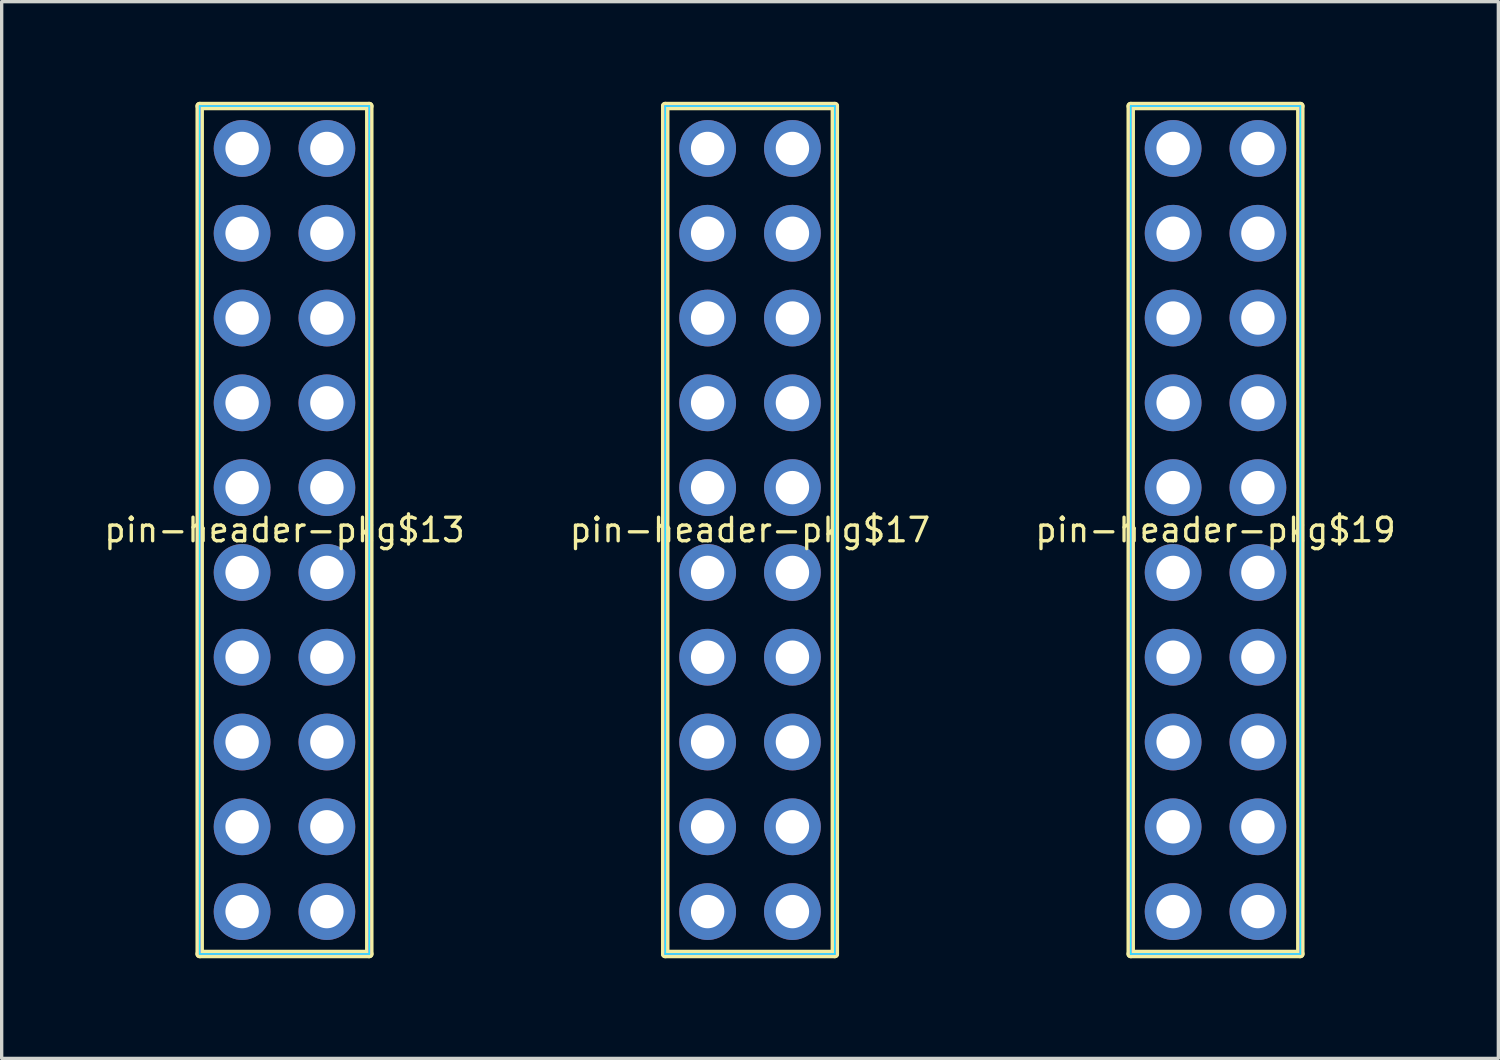
<source format=kicad_pcb>
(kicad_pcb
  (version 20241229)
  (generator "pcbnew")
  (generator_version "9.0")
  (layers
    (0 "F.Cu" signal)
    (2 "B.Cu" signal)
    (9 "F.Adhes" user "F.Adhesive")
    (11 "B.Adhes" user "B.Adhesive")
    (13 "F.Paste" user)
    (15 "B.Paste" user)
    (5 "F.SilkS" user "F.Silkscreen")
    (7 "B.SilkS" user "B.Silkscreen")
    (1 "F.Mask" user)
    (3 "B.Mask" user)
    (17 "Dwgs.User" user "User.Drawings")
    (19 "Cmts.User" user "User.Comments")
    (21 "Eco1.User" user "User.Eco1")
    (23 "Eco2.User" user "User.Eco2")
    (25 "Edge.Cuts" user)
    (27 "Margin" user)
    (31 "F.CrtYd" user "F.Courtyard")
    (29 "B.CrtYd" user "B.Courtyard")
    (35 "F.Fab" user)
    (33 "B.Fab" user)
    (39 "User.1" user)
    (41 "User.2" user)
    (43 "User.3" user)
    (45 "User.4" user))
  (footprint "pin-header-pkg$13"
    (layer "F.Cu")
    (at 5.472 12.827)
    (property "Reference" "pin-header-pkg$13" (at 0 0 0) (layer "F.SilkS") (effects (font (size 0.706 0.706) (thickness 0.1))))
    (attr through_hole)
    (fp_line (start -2.54 -12.7) (end -2.54 12.7) (stroke (width 0.254) (type solid)) (layer "F.SilkS"))
    (fp_line (start -2.54 12.7) (end 2.54 12.7) (stroke (width 0.254) (type solid)) (layer "F.SilkS"))
    (fp_line (start 2.54 -12.7) (end -2.54 -12.7) (stroke (width 0.254) (type solid)) (layer "F.SilkS"))
    (fp_line (start 2.54 12.7) (end 2.54 -12.7) (stroke (width 0.254) (type solid)) (layer "F.SilkS"))
    (fp_line (start -2.54 -12.7) (end -2.54 12.7) (stroke (width 0.05) (type solid)) (layer "B.CrtYd"))
    (fp_line (start -2.54 12.7) (end 2.54 12.7) (stroke (width 0.05) (type solid)) (layer "B.CrtYd"))
    (fp_line (start 2.54 -12.7) (end -2.54 -12.7) (stroke (width 0.05) (type solid)) (layer "B.CrtYd"))
    (fp_line (start 2.54 12.7) (end 2.54 -12.7) (stroke (width 0.05) (type solid)) (layer "B.CrtYd"))
    (fp_line (start -2.54 -12.7) (end -2.54 12.7) (stroke (width 0.05) (type solid)) (layer "F.CrtYd"))
    (fp_line (start -2.54 12.7) (end 2.54 12.7) (stroke (width 0.05) (type solid)) (layer "F.CrtYd"))
    (fp_line (start 2.54 -12.7) (end -2.54 -12.7) (stroke (width 0.05) (type solid)) (layer "F.CrtYd"))
    (fp_line (start 2.54 12.7) (end 2.54 -12.7) (stroke (width 0.05) (type solid)) (layer "F.CrtYd"))
    (pad "1" thru_hole circle (at -1.27 -11.43) (size 1.7 1.7) (drill 1) (layers "*.Cu" "*.Mask"))
    (pad "2" thru_hole circle (at 1.27 -11.43) (size 1.7 1.7) (drill 1) (layers "*.Cu" "*.Mask"))
    (pad "3" thru_hole circle (at -1.27 -8.89) (size 1.7 1.7) (drill 1) (layers "*.Cu" "*.Mask"))
    (pad "4" thru_hole circle (at 1.27 -8.89) (size 1.7 1.7) (drill 1) (layers "*.Cu" "*.Mask"))
    (pad "5" thru_hole circle (at -1.27 -6.35) (size 1.7 1.7) (drill 1) (layers "*.Cu" "*.Mask"))
    (pad "6" thru_hole circle (at 1.27 -6.35) (size 1.7 1.7) (drill 1) (layers "*.Cu" "*.Mask"))
    (pad "7" thru_hole circle (at -1.27 -3.81) (size 1.7 1.7) (drill 1) (layers "*.Cu" "*.Mask"))
    (pad "8" thru_hole circle (at 1.27 -3.81) (size 1.7 1.7) (drill 1) (layers "*.Cu" "*.Mask"))
    (pad "9" thru_hole circle (at -1.27 -1.27) (size 1.7 1.7) (drill 1) (layers "*.Cu" "*.Mask"))
    (pad "10" thru_hole circle (at 1.27 -1.27) (size 1.7 1.7) (drill 1) (layers "*.Cu" "*.Mask"))
    (pad "11" thru_hole circle (at -1.27 1.27) (size 1.7 1.7) (drill 1) (layers "*.Cu" "*.Mask"))
    (pad "12" thru_hole circle (at 1.27 1.27) (size 1.7 1.7) (drill 1) (layers "*.Cu" "*.Mask"))
    (pad "13" thru_hole circle (at -1.27 3.81) (size 1.7 1.7) (drill 1) (layers "*.Cu" "*.Mask"))
    (pad "14" thru_hole circle (at 1.27 3.81) (size 1.7 1.7) (drill 1) (layers "*.Cu" "*.Mask"))
    (pad "15" thru_hole circle (at -1.27 6.35) (size 1.7 1.7) (drill 1) (layers "*.Cu" "*.Mask"))
    (pad "16" thru_hole circle (at 1.27 6.35) (size 1.7 1.7) (drill 1) (layers "*.Cu" "*.Mask"))
    (pad "17" thru_hole circle (at -1.27 8.89) (size 1.7 1.7) (drill 1) (layers "*.Cu" "*.Mask"))
    (pad "18" thru_hole circle (at 1.27 8.89) (size 1.7 1.7) (drill 1) (layers "*.Cu" "*.Mask"))
    (pad "19" thru_hole circle (at -1.27 11.43) (size 1.7 1.7) (drill 1) (layers "*.Cu" "*.Mask"))
    (pad "20" thru_hole circle (at 1.27 11.43) (size 1.7 1.7) (drill 1) (layers "*.Cu" "*.Mask")))
  (footprint "pin-header-pkg$19"
    (layer "F.Cu")
    (at 33.361 12.827)
    (property "Reference" "pin-header-pkg$19" (at 0 0 0) (layer "F.SilkS") (effects (font (size 0.706 0.706) (thickness 0.1))))
    (attr through_hole)
    (fp_line (start -2.54 -12.7) (end -2.54 12.7) (stroke (width 0.254) (type solid)) (layer "F.SilkS"))
    (fp_line (start -2.54 12.7) (end 2.54 12.7) (stroke (width 0.254) (type solid)) (layer "F.SilkS"))
    (fp_line (start 2.54 -12.7) (end -2.54 -12.7) (stroke (width 0.254) (type solid)) (layer "F.SilkS"))
    (fp_line (start 2.54 12.7) (end 2.54 -12.7) (stroke (width 0.254) (type solid)) (layer "F.SilkS"))
    (fp_line (start -2.54 -12.7) (end -2.54 12.7) (stroke (width 0.05) (type solid)) (layer "B.CrtYd"))
    (fp_line (start -2.54 12.7) (end 2.54 12.7) (stroke (width 0.05) (type solid)) (layer "B.CrtYd"))
    (fp_line (start 2.54 -12.7) (end -2.54 -12.7) (stroke (width 0.05) (type solid)) (layer "B.CrtYd"))
    (fp_line (start 2.54 12.7) (end 2.54 -12.7) (stroke (width 0.05) (type solid)) (layer "B.CrtYd"))
    (fp_line (start -2.54 -12.7) (end -2.54 12.7) (stroke (width 0.05) (type solid)) (layer "F.CrtYd"))
    (fp_line (start -2.54 12.7) (end 2.54 12.7) (stroke (width 0.05) (type solid)) (layer "F.CrtYd"))
    (fp_line (start 2.54 -12.7) (end -2.54 -12.7) (stroke (width 0.05) (type solid)) (layer "F.CrtYd"))
    (fp_line (start 2.54 12.7) (end 2.54 -12.7) (stroke (width 0.05) (type solid)) (layer "F.CrtYd"))
    (pad "1" thru_hole circle (at -1.27 -11.43) (size 1.7 1.7) (drill 1) (layers "*.Cu" "*.Mask"))
    (pad "2" thru_hole circle (at 1.27 -11.43) (size 1.7 1.7) (drill 1) (layers "*.Cu" "*.Mask"))
    (pad "3" thru_hole circle (at -1.27 -8.89) (size 1.7 1.7) (drill 1) (layers "*.Cu" "*.Mask"))
    (pad "4" thru_hole circle (at 1.27 -8.89) (size 1.7 1.7) (drill 1) (layers "*.Cu" "*.Mask"))
    (pad "5" thru_hole circle (at -1.27 -6.35) (size 1.7 1.7) (drill 1) (layers "*.Cu" "*.Mask"))
    (pad "6" thru_hole circle (at 1.27 -6.35) (size 1.7 1.7) (drill 1) (layers "*.Cu" "*.Mask"))
    (pad "7" thru_hole circle (at -1.27 -3.81) (size 1.7 1.7) (drill 1) (layers "*.Cu" "*.Mask"))
    (pad "8" thru_hole circle (at 1.27 -3.81) (size 1.7 1.7) (drill 1) (layers "*.Cu" "*.Mask"))
    (pad "9" thru_hole circle (at -1.27 -1.27) (size 1.7 1.7) (drill 1) (layers "*.Cu" "*.Mask"))
    (pad "10" thru_hole circle (at 1.27 -1.27) (size 1.7 1.7) (drill 1) (layers "*.Cu" "*.Mask"))
    (pad "11" thru_hole circle (at -1.27 1.27) (size 1.7 1.7) (drill 1) (layers "*.Cu" "*.Mask"))
    (pad "12" thru_hole circle (at 1.27 1.27) (size 1.7 1.7) (drill 1) (layers "*.Cu" "*.Mask"))
    (pad "13" thru_hole circle (at -1.27 3.81) (size 1.7 1.7) (drill 1) (layers "*.Cu" "*.Mask"))
    (pad "14" thru_hole circle (at 1.27 3.81) (size 1.7 1.7) (drill 1) (layers "*.Cu" "*.Mask"))
    (pad "15" thru_hole circle (at -1.27 6.35) (size 1.7 1.7) (drill 1) (layers "*.Cu" "*.Mask"))
    (pad "16" thru_hole circle (at 1.27 6.35) (size 1.7 1.7) (drill 1) (layers "*.Cu" "*.Mask"))
    (pad "17" thru_hole circle (at -1.27 8.89) (size 1.7 1.7) (drill 1) (layers "*.Cu" "*.Mask"))
    (pad "18" thru_hole circle (at 1.27 8.89) (size 1.7 1.7) (drill 1) (layers "*.Cu" "*.Mask"))
    (pad "19" thru_hole circle (at -1.27 11.43) (size 1.7 1.7) (drill 1) (layers "*.Cu" "*.Mask"))
    (pad "20" thru_hole circle (at 1.27 11.43) (size 1.7 1.7) (drill 1) (layers "*.Cu" "*.Mask")))
  (footprint "pin-header-pkg$17"
    (layer "F.Cu")
    (at 19.417 12.827)
    (property "Reference" "pin-header-pkg$17" (at 0 0 0) (layer "F.SilkS") (effects (font (size 0.706 0.706) (thickness 0.1))))
    (attr through_hole)
    (fp_line (start -2.54 -12.7) (end -2.54 12.7) (stroke (width 0.254) (type solid)) (layer "F.SilkS"))
    (fp_line (start -2.54 12.7) (end 2.54 12.7) (stroke (width 0.254) (type solid)) (layer "F.SilkS"))
    (fp_line (start 2.54 -12.7) (end -2.54 -12.7) (stroke (width 0.254) (type solid)) (layer "F.SilkS"))
    (fp_line (start 2.54 12.7) (end 2.54 -12.7) (stroke (width 0.254) (type solid)) (layer "F.SilkS"))
    (fp_line (start -2.54 -12.7) (end -2.54 12.7) (stroke (width 0.05) (type solid)) (layer "B.CrtYd"))
    (fp_line (start -2.54 12.7) (end 2.54 12.7) (stroke (width 0.05) (type solid)) (layer "B.CrtYd"))
    (fp_line (start 2.54 -12.7) (end -2.54 -12.7) (stroke (width 0.05) (type solid)) (layer "B.CrtYd"))
    (fp_line (start 2.54 12.7) (end 2.54 -12.7) (stroke (width 0.05) (type solid)) (layer "B.CrtYd"))
    (fp_line (start -2.54 -12.7) (end -2.54 12.7) (stroke (width 0.05) (type solid)) (layer "F.CrtYd"))
    (fp_line (start -2.54 12.7) (end 2.54 12.7) (stroke (width 0.05) (type solid)) (layer "F.CrtYd"))
    (fp_line (start 2.54 -12.7) (end -2.54 -12.7) (stroke (width 0.05) (type solid)) (layer "F.CrtYd"))
    (fp_line (start 2.54 12.7) (end 2.54 -12.7) (stroke (width 0.05) (type solid)) (layer "F.CrtYd"))
    (pad "1" thru_hole circle (at -1.27 -11.43) (size 1.7 1.7) (drill 1) (layers "*.Cu" "*.Mask"))
    (pad "2" thru_hole circle (at 1.27 -11.43) (size 1.7 1.7) (drill 1) (layers "*.Cu" "*.Mask"))
    (pad "3" thru_hole circle (at -1.27 -8.89) (size 1.7 1.7) (drill 1) (layers "*.Cu" "*.Mask"))
    (pad "4" thru_hole circle (at 1.27 -8.89) (size 1.7 1.7) (drill 1) (layers "*.Cu" "*.Mask"))
    (pad "5" thru_hole circle (at -1.27 -6.35) (size 1.7 1.7) (drill 1) (layers "*.Cu" "*.Mask"))
    (pad "6" thru_hole circle (at 1.27 -6.35) (size 1.7 1.7) (drill 1) (layers "*.Cu" "*.Mask"))
    (pad "7" thru_hole circle (at -1.27 -3.81) (size 1.7 1.7) (drill 1) (layers "*.Cu" "*.Mask"))
    (pad "8" thru_hole circle (at 1.27 -3.81) (size 1.7 1.7) (drill 1) (layers "*.Cu" "*.Mask"))
    (pad "9" thru_hole circle (at -1.27 -1.27) (size 1.7 1.7) (drill 1) (layers "*.Cu" "*.Mask"))
    (pad "10" thru_hole circle (at 1.27 -1.27) (size 1.7 1.7) (drill 1) (layers "*.Cu" "*.Mask"))
    (pad "11" thru_hole circle (at -1.27 1.27) (size 1.7 1.7) (drill 1) (layers "*.Cu" "*.Mask"))
    (pad "12" thru_hole circle (at 1.27 1.27) (size 1.7 1.7) (drill 1) (layers "*.Cu" "*.Mask"))
    (pad "13" thru_hole circle (at -1.27 3.81) (size 1.7 1.7) (drill 1) (layers "*.Cu" "*.Mask"))
    (pad "14" thru_hole circle (at 1.27 3.81) (size 1.7 1.7) (drill 1) (layers "*.Cu" "*.Mask"))
    (pad "15" thru_hole circle (at -1.27 6.35) (size 1.7 1.7) (drill 1) (layers "*.Cu" "*.Mask"))
    (pad "16" thru_hole circle (at 1.27 6.35) (size 1.7 1.7) (drill 1) (layers "*.Cu" "*.Mask"))
    (pad "17" thru_hole circle (at -1.27 8.89) (size 1.7 1.7) (drill 1) (layers "*.Cu" "*.Mask"))
    (pad "18" thru_hole circle (at 1.27 8.89) (size 1.7 1.7) (drill 1) (layers "*.Cu" "*.Mask"))
    (pad "19" thru_hole circle (at -1.27 11.43) (size 1.7 1.7) (drill 1) (layers "*.Cu" "*.Mask"))
    (pad "20" thru_hole circle (at 1.27 11.43) (size 1.7 1.7) (drill 1) (layers "*.Cu" "*.Mask")))
  (gr_rect
    (start -3 -3)
    (end 41.833 28.654)
    (stroke (width 0.1) (type default))
    (fill no)
    (layer "Edge.Cuts")))
</source>
